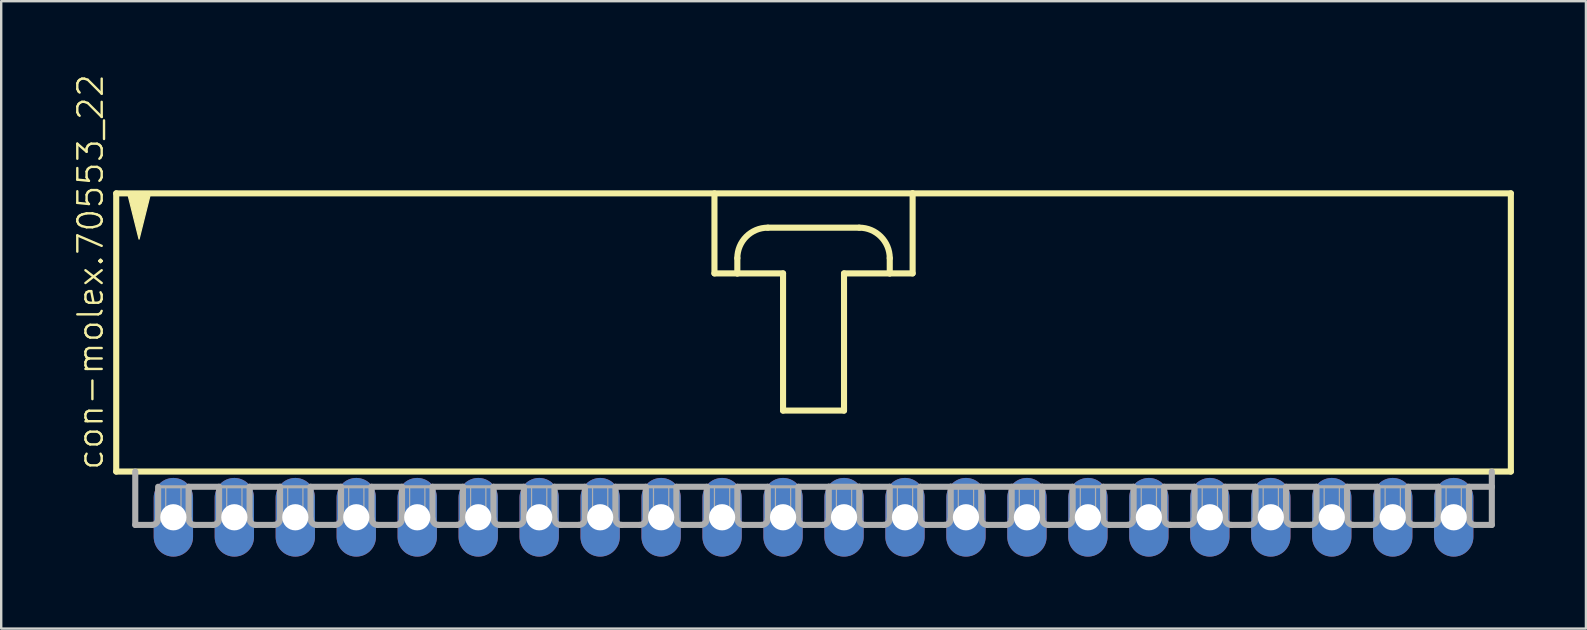
<source format=kicad_pcb>
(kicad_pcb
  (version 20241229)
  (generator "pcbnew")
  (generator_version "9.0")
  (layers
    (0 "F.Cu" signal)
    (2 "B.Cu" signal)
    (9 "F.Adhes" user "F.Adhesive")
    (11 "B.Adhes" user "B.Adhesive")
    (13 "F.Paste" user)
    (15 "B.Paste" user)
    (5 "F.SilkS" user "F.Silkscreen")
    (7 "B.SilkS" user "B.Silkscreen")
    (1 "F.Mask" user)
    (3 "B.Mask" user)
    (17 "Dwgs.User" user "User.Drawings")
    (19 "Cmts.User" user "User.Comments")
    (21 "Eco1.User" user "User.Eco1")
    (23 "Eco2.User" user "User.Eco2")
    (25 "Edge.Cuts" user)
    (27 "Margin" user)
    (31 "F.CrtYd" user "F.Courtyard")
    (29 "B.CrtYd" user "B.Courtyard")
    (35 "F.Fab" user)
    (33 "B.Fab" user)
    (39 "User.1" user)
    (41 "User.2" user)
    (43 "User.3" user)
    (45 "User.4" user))
  (footprint "con-molex.70553_22"
    (layer "F.Cu")
    (at 30.843 10.88)
    (property "Reference" "con-molex.70553_22" (at -29.527 5.715 90) (layer "F.SilkS") (effects (font (size 1.016 1.016) (thickness 0.1)) (justify left bottom)))
    (attr through_hole)
    (fp_line (start -29.051 -5.874) (end -29.051 5.715) (stroke (width 0.254) (type default)) (layer "F.SilkS"))
    (fp_line (start -29.051 5.715) (end 29.051 5.715) (stroke (width 0.254) (type default)) (layer "F.SilkS"))
    (fp_line (start -4.128 -5.874) (end -4.128 -2.54) (stroke (width 0.254) (type default)) (layer "F.SilkS"))
    (fp_line (start -4.128 -2.54) (end -3.175 -2.54) (stroke (width 0.254) (type default)) (layer "F.SilkS"))
    (fp_line (start -3.175 -2.54) (end -3.175 -3.175) (stroke (width 0.254) (type default)) (layer "F.SilkS"))
    (fp_line (start -3.175 -2.54) (end -1.27 -2.54) (stroke (width 0.254) (type default)) (layer "F.SilkS"))
    (fp_line (start -1.905 -4.445) (end 1.905 -4.445) (stroke (width 0.254) (type default)) (layer "F.SilkS"))
    (fp_line (start -1.27 -2.54) (end -1.27 3.175) (stroke (width 0.254) (type default)) (layer "F.SilkS"))
    (fp_line (start -1.27 3.175) (end 1.27 3.175) (stroke (width 0.254) (type default)) (layer "F.SilkS"))
    (fp_line (start 1.27 -2.54) (end 3.175 -2.54) (stroke (width 0.254) (type default)) (layer "F.SilkS"))
    (fp_line (start 1.27 3.175) (end 1.27 -2.54) (stroke (width 0.254) (type default)) (layer "F.SilkS"))
    (fp_line (start 3.175 -3.175) (end 3.175 -2.54) (stroke (width 0.254) (type default)) (layer "F.SilkS"))
    (fp_line (start 3.175 -2.54) (end 4.128 -2.54) (stroke (width 0.254) (type default)) (layer "F.SilkS"))
    (fp_line (start 4.128 -5.874) (end -29.051 -5.874) (stroke (width 0.254) (type default)) (layer "F.SilkS"))
    (fp_line (start 4.128 -2.54) (end 4.128 -5.874) (stroke (width 0.254) (type default)) (layer "F.SilkS"))
    (fp_line (start 29.051 -5.874) (end 4.128 -5.874) (stroke (width 0.254) (type default)) (layer "F.SilkS"))
    (fp_line (start 29.051 5.715) (end 29.051 -5.874) (stroke (width 0.254) (type default)) (layer "F.SilkS"))
    (fp_arc (start -3.175 -3.175) (mid -2.803026 -4.073026) (end -1.905 -4.445) (stroke (width 0.254) (type default)) (layer "F.SilkS"))
    (fp_arc (start 1.905 -4.445) (mid 2.803026 -4.073026) (end 3.175 -3.175) (stroke (width 0.254) (type default)) (layer "F.SilkS"))
    (fp_poly (pts (xy -28.575 -5.874) (xy -28.099 -3.969) (xy -27.622 -5.874)) (stroke (width 0.051) (type default)) (fill yes) (layer "F.SilkS"))
    (fp_line (start -28.258 5.715) (end -28.258 7.938) (stroke (width 0.254) (type default)) (layer "F.Fab"))
    (fp_line (start -27.559 7.938) (end -28.258 7.938) (stroke (width 0.254) (type default)) (layer "F.Fab"))
    (fp_line (start -27.305 6.35) (end -27.305 7.684) (stroke (width 0.254) (type default)) (layer "F.Fab"))
    (fp_line (start -27.305 6.35) (end -26.035 6.35) (stroke (width 0.127) (type default)) (layer "F.Fab"))
    (fp_line (start -26.035 6.35) (end -26.035 7.684) (stroke (width 0.254) (type default)) (layer "F.Fab"))
    (fp_line (start -26.035 6.35) (end -24.765 6.35) (stroke (width 0.254) (type default)) (layer "F.Fab"))
    (fp_line (start -25.019 7.938) (end -25.781 7.938) (stroke (width 0.254) (type default)) (layer "F.Fab"))
    (fp_line (start -24.765 6.35) (end -24.765 7.684) (stroke (width 0.254) (type default)) (layer "F.Fab"))
    (fp_line (start -24.765 6.35) (end -23.495 6.35) (stroke (width 0.127) (type default)) (layer "F.Fab"))
    (fp_line (start -23.495 6.35) (end -23.495 7.684) (stroke (width 0.254) (type default)) (layer "F.Fab"))
    (fp_line (start -23.495 6.35) (end -22.225 6.35) (stroke (width 0.254) (type default)) (layer "F.Fab"))
    (fp_line (start -22.479 7.938) (end -23.241 7.938) (stroke (width 0.254) (type default)) (layer "F.Fab"))
    (fp_line (start -22.225 6.35) (end -22.225 7.684) (stroke (width 0.254) (type default)) (layer "F.Fab"))
    (fp_line (start -22.225 6.35) (end -20.955 6.35) (stroke (width 0.127) (type default)) (layer "F.Fab"))
    (fp_line (start -20.955 6.35) (end -20.955 7.684) (stroke (width 0.254) (type default)) (layer "F.Fab"))
    (fp_line (start -20.955 6.35) (end -19.685 6.35) (stroke (width 0.254) (type default)) (layer "F.Fab"))
    (fp_line (start -19.939 7.938) (end -20.701 7.938) (stroke (width 0.254) (type default)) (layer "F.Fab"))
    (fp_line (start -19.685 6.35) (end -19.685 7.684) (stroke (width 0.254) (type default)) (layer "F.Fab"))
    (fp_line (start -19.685 6.35) (end -18.415 6.35) (stroke (width 0.127) (type default)) (layer "F.Fab"))
    (fp_line (start -18.415 6.35) (end -18.415 7.684) (stroke (width 0.254) (type default)) (layer "F.Fab"))
    (fp_line (start -18.415 6.35) (end -17.145 6.35) (stroke (width 0.254) (type default)) (layer "F.Fab"))
    (fp_line (start -17.399 7.938) (end -18.161 7.938) (stroke (width 0.254) (type default)) (layer "F.Fab"))
    (fp_line (start -17.145 6.35) (end -17.145 7.684) (stroke (width 0.254) (type default)) (layer "F.Fab"))
    (fp_line (start -17.145 6.35) (end -15.875 6.35) (stroke (width 0.127) (type default)) (layer "F.Fab"))
    (fp_line (start -15.875 6.35) (end -15.875 7.684) (stroke (width 0.254) (type default)) (layer "F.Fab"))
    (fp_line (start -15.875 6.35) (end -14.605 6.35) (stroke (width 0.254) (type default)) (layer "F.Fab"))
    (fp_line (start -14.859 7.938) (end -15.621 7.938) (stroke (width 0.254) (type default)) (layer "F.Fab"))
    (fp_line (start -14.605 6.35) (end -14.605 7.684) (stroke (width 0.254) (type default)) (layer "F.Fab"))
    (fp_line (start -14.605 6.35) (end -13.335 6.35) (stroke (width 0.127) (type default)) (layer "F.Fab"))
    (fp_line (start -13.335 6.35) (end -13.335 7.684) (stroke (width 0.254) (type default)) (layer "F.Fab"))
    (fp_line (start -13.335 6.35) (end -12.065 6.35) (stroke (width 0.254) (type default)) (layer "F.Fab"))
    (fp_line (start -12.319 7.938) (end -13.081 7.938) (stroke (width 0.254) (type default)) (layer "F.Fab"))
    (fp_line (start -12.065 6.35) (end -12.065 7.684) (stroke (width 0.254) (type default)) (layer "F.Fab"))
    (fp_line (start -12.065 6.35) (end -10.795 6.35) (stroke (width 0.127) (type default)) (layer "F.Fab"))
    (fp_line (start -10.795 6.35) (end -10.795 7.684) (stroke (width 0.254) (type default)) (layer "F.Fab"))
    (fp_line (start -10.795 6.35) (end -9.525 6.35) (stroke (width 0.254) (type default)) (layer "F.Fab"))
    (fp_line (start -9.779 7.938) (end -10.541 7.938) (stroke (width 0.254) (type default)) (layer "F.Fab"))
    (fp_line (start -9.525 6.35) (end -9.525 7.684) (stroke (width 0.254) (type default)) (layer "F.Fab"))
    (fp_line (start -9.525 6.35) (end -8.255 6.35) (stroke (width 0.127) (type default)) (layer "F.Fab"))
    (fp_line (start -8.255 6.35) (end -8.255 7.684) (stroke (width 0.254) (type default)) (layer "F.Fab"))
    (fp_line (start -8.255 6.35) (end -6.985 6.35) (stroke (width 0.254) (type default)) (layer "F.Fab"))
    (fp_line (start -7.239 7.938) (end -8.001 7.938) (stroke (width 0.254) (type default)) (layer "F.Fab"))
    (fp_line (start -6.985 6.35) (end -6.985 7.684) (stroke (width 0.254) (type default)) (layer "F.Fab"))
    (fp_line (start -6.985 6.35) (end -5.715 6.35) (stroke (width 0.127) (type default)) (layer "F.Fab"))
    (fp_line (start -5.715 6.35) (end -5.715 7.684) (stroke (width 0.254) (type default)) (layer "F.Fab"))
    (fp_line (start -5.715 6.35) (end -4.445 6.35) (stroke (width 0.254) (type default)) (layer "F.Fab"))
    (fp_line (start -4.699 7.938) (end -5.461 7.938) (stroke (width 0.254) (type default)) (layer "F.Fab"))
    (fp_line (start -4.445 6.35) (end -4.445 7.684) (stroke (width 0.254) (type default)) (layer "F.Fab"))
    (fp_line (start -4.445 6.35) (end -3.175 6.35) (stroke (width 0.127) (type default)) (layer "F.Fab"))
    (fp_line (start -3.175 6.35) (end -3.175 7.684) (stroke (width 0.254) (type default)) (layer "F.Fab"))
    (fp_line (start -3.175 6.35) (end -1.905 6.35) (stroke (width 0.254) (type default)) (layer "F.Fab"))
    (fp_line (start -2.159 7.938) (end -2.921 7.938) (stroke (width 0.254) (type default)) (layer "F.Fab"))
    (fp_line (start -1.905 6.35) (end -1.905 7.684) (stroke (width 0.254) (type default)) (layer "F.Fab"))
    (fp_line (start -1.905 6.35) (end -0.635 6.35) (stroke (width 0.127) (type default)) (layer "F.Fab"))
    (fp_line (start -0.635 6.35) (end -0.635 7.684) (stroke (width 0.254) (type default)) (layer "F.Fab"))
    (fp_line (start -0.635 6.35) (end 0.635 6.35) (stroke (width 0.254) (type default)) (layer "F.Fab"))
    (fp_line (start 0.381 7.938) (end -0.381 7.938) (stroke (width 0.254) (type default)) (layer "F.Fab"))
    (fp_line (start 0.635 6.35) (end 0.635 7.684) (stroke (width 0.254) (type default)) (layer "F.Fab"))
    (fp_line (start 0.635 6.35) (end 1.905 6.35) (stroke (width 0.254) (type default)) (layer "F.Fab"))
    (fp_line (start 1.905 6.35) (end 1.905 7.684) (stroke (width 0.254) (type default)) (layer "F.Fab"))
    (fp_line (start 1.905 6.35) (end 3.175 6.35) (stroke (width 0.254) (type default)) (layer "F.Fab"))
    (fp_line (start 2.921 7.938) (end 2.159 7.938) (stroke (width 0.254) (type default)) (layer "F.Fab"))
    (fp_line (start 3.175 6.35) (end 3.175 7.684) (stroke (width 0.254) (type default)) (layer "F.Fab"))
    (fp_line (start 3.175 6.35) (end 4.445 6.35) (stroke (width 0.127) (type default)) (layer "F.Fab"))
    (fp_line (start 4.445 6.35) (end 4.445 7.684) (stroke (width 0.254) (type default)) (layer "F.Fab"))
    (fp_line (start 4.445 6.35) (end 5.715 6.35) (stroke (width 0.254) (type default)) (layer "F.Fab"))
    (fp_line (start 5.461 7.938) (end 4.699 7.938) (stroke (width 0.254) (type default)) (layer "F.Fab"))
    (fp_line (start 5.715 6.35) (end 5.715 7.684) (stroke (width 0.254) (type default)) (layer "F.Fab"))
    (fp_line (start 5.715 6.35) (end 9.525 6.35) (stroke (width 0.254) (type default)) (layer "F.Fab"))
    (fp_line (start 6.985 6.35) (end 6.985 7.684) (stroke (width 0.254) (type default)) (layer "F.Fab"))
    (fp_line (start 8.001 7.938) (end 7.239 7.938) (stroke (width 0.254) (type default)) (layer "F.Fab"))
    (fp_line (start 8.255 6.35) (end 8.255 7.684) (stroke (width 0.254) (type default)) (layer "F.Fab"))
    (fp_line (start 9.525 6.35) (end 9.525 7.684) (stroke (width 0.254) (type default)) (layer "F.Fab"))
    (fp_line (start 9.525 6.35) (end 10.795 6.35) (stroke (width 0.254) (type default)) (layer "F.Fab"))
    (fp_line (start 9.779 7.938) (end 10.541 7.938) (stroke (width 0.254) (type default)) (layer "F.Fab"))
    (fp_line (start 10.795 6.35) (end 12.065 6.35) (stroke (width 0.127) (type default)) (layer "F.Fab"))
    (fp_line (start 10.795 7.684) (end 10.795 6.35) (stroke (width 0.254) (type default)) (layer "F.Fab"))
    (fp_line (start 12.065 6.35) (end 12.065 7.684) (stroke (width 0.254) (type default)) (layer "F.Fab"))
    (fp_line (start 12.065 6.35) (end 13.335 6.35) (stroke (width 0.254) (type default)) (layer "F.Fab"))
    (fp_line (start 12.319 7.938) (end 13.081 7.938) (stroke (width 0.254) (type default)) (layer "F.Fab"))
    (fp_line (start 13.335 6.35) (end 14.605 6.35) (stroke (width 0.127) (type default)) (layer "F.Fab"))
    (fp_line (start 13.335 7.684) (end 13.335 6.35) (stroke (width 0.254) (type default)) (layer "F.Fab"))
    (fp_line (start 14.605 6.35) (end 14.605 7.684) (stroke (width 0.254) (type default)) (layer "F.Fab"))
    (fp_line (start 14.605 6.35) (end 15.875 6.35) (stroke (width 0.254) (type default)) (layer "F.Fab"))
    (fp_line (start 14.859 7.938) (end 15.621 7.938) (stroke (width 0.254) (type default)) (layer "F.Fab"))
    (fp_line (start 15.875 6.35) (end 17.145 6.35) (stroke (width 0.127) (type default)) (layer "F.Fab"))
    (fp_line (start 15.875 7.684) (end 15.875 6.35) (stroke (width 0.254) (type default)) (layer "F.Fab"))
    (fp_line (start 17.145 6.35) (end 17.145 7.684) (stroke (width 0.254) (type default)) (layer "F.Fab"))
    (fp_line (start 17.145 6.35) (end 18.415 6.35) (stroke (width 0.254) (type default)) (layer "F.Fab"))
    (fp_line (start 17.399 7.938) (end 18.161 7.938) (stroke (width 0.254) (type default)) (layer "F.Fab"))
    (fp_line (start 18.415 6.35) (end 19.685 6.35) (stroke (width 0.127) (type default)) (layer "F.Fab"))
    (fp_line (start 18.415 7.684) (end 18.415 6.35) (stroke (width 0.254) (type default)) (layer "F.Fab"))
    (fp_line (start 19.685 6.35) (end 19.685 7.684) (stroke (width 0.254) (type default)) (layer "F.Fab"))
    (fp_line (start 19.685 6.35) (end 20.955 6.35) (stroke (width 0.254) (type default)) (layer "F.Fab"))
    (fp_line (start 19.939 7.938) (end 20.701 7.938) (stroke (width 0.254) (type default)) (layer "F.Fab"))
    (fp_line (start 20.955 6.35) (end 22.225 6.35) (stroke (width 0.127) (type default)) (layer "F.Fab"))
    (fp_line (start 20.955 7.684) (end 20.955 6.35) (stroke (width 0.254) (type default)) (layer "F.Fab"))
    (fp_line (start 22.225 6.35) (end 22.225 7.684) (stroke (width 0.254) (type default)) (layer "F.Fab"))
    (fp_line (start 22.225 6.35) (end 23.495 6.35) (stroke (width 0.254) (type default)) (layer "F.Fab"))
    (fp_line (start 22.479 7.938) (end 23.241 7.938) (stroke (width 0.254) (type default)) (layer "F.Fab"))
    (fp_line (start 23.495 6.35) (end 24.765 6.35) (stroke (width 0.127) (type default)) (layer "F.Fab"))
    (fp_line (start 23.495 7.684) (end 23.495 6.35) (stroke (width 0.254) (type default)) (layer "F.Fab"))
    (fp_line (start 24.765 6.35) (end 24.765 7.684) (stroke (width 0.254) (type default)) (layer "F.Fab"))
    (fp_line (start 24.765 6.35) (end 26.035 6.35) (stroke (width 0.254) (type default)) (layer "F.Fab"))
    (fp_line (start 25.019 7.938) (end 25.781 7.938) (stroke (width 0.254) (type default)) (layer "F.Fab"))
    (fp_line (start 26.035 6.35) (end 27.305 6.35) (stroke (width 0.127) (type default)) (layer "F.Fab"))
    (fp_line (start 26.035 7.684) (end 26.035 6.35) (stroke (width 0.254) (type default)) (layer "F.Fab"))
    (fp_line (start 27.305 6.35) (end 27.305 7.684) (stroke (width 0.254) (type default)) (layer "F.Fab"))
    (fp_line (start 27.305 6.35) (end 28.258 6.35) (stroke (width 0.254) (type default)) (layer "F.Fab"))
    (fp_line (start 27.559 7.938) (end 28.258 7.938) (stroke (width 0.254) (type default)) (layer "F.Fab"))
    (fp_line (start 28.258 6.35) (end 28.258 5.715) (stroke (width 0.254) (type default)) (layer "F.Fab"))
    (fp_line (start 28.258 7.938) (end 28.258 6.35) (stroke (width 0.254) (type default)) (layer "F.Fab"))
    (fp_rect (start -26.988 7.62) (end -26.352 6.35) (stroke (width 0.05) (type default)) (fill no) (layer "F.Fab"))
    (fp_rect (start -24.448 7.62) (end -23.812 6.35) (stroke (width 0.05) (type default)) (fill no) (layer "F.Fab"))
    (fp_rect (start -21.907 7.62) (end -21.273 6.35) (stroke (width 0.05) (type default)) (fill no) (layer "F.Fab"))
    (fp_rect (start -19.367 7.62) (end -18.733 6.35) (stroke (width 0.05) (type default)) (fill no) (layer "F.Fab"))
    (fp_rect (start -16.828 7.62) (end -16.192 6.35) (stroke (width 0.05) (type default)) (fill no) (layer "F.Fab"))
    (fp_rect (start -14.287 7.62) (end -13.652 6.35) (stroke (width 0.05) (type default)) (fill no) (layer "F.Fab"))
    (fp_rect (start -11.748 7.62) (end -11.113 6.35) (stroke (width 0.05) (type default)) (fill no) (layer "F.Fab"))
    (fp_rect (start -9.207 7.62) (end -8.572 6.35) (stroke (width 0.05) (type default)) (fill no) (layer "F.Fab"))
    (fp_rect (start -6.668 7.62) (end -6.032 6.35) (stroke (width 0.05) (type default)) (fill no) (layer "F.Fab"))
    (fp_rect (start -4.128 7.62) (end -3.493 6.35) (stroke (width 0.05) (type default)) (fill no) (layer "F.Fab"))
    (fp_rect (start -1.587 7.62) (end -0.953 6.35) (stroke (width 0.05) (type default)) (fill no) (layer "F.Fab"))
    (fp_rect (start 0.953 7.62) (end 1.587 6.35) (stroke (width 0.05) (type default)) (fill no) (layer "F.Fab"))
    (fp_rect (start 3.493 7.62) (end 4.128 6.35) (stroke (width 0.05) (type default)) (fill no) (layer "F.Fab"))
    (fp_rect (start 6.032 7.62) (end 6.668 6.35) (stroke (width 0.05) (type default)) (fill no) (layer "F.Fab"))
    (fp_rect (start 8.572 7.62) (end 9.207 6.35) (stroke (width 0.05) (type default)) (fill no) (layer "F.Fab"))
    (fp_rect (start 11.113 7.62) (end 11.748 6.35) (stroke (width 0.05) (type default)) (fill no) (layer "F.Fab"))
    (fp_rect (start 13.652 7.62) (end 14.287 6.35) (stroke (width 0.05) (type default)) (fill no) (layer "F.Fab"))
    (fp_rect (start 16.192 7.62) (end 16.828 6.35) (stroke (width 0.05) (type default)) (fill no) (layer "F.Fab"))
    (fp_rect (start 18.733 7.62) (end 19.367 6.35) (stroke (width 0.05) (type default)) (fill no) (layer "F.Fab"))
    (fp_rect (start 21.273 7.62) (end 21.907 6.35) (stroke (width 0.05) (type default)) (fill no) (layer "F.Fab"))
    (fp_rect (start 23.812 7.62) (end 24.448 6.35) (stroke (width 0.05) (type default)) (fill no) (layer "F.Fab"))
    (fp_rect (start 26.352 7.62) (end 26.988 6.35) (stroke (width 0.05) (type default)) (fill no) (layer "F.Fab"))
    (fp_arc (start -27.305 7.6835) (mid -27.379395 7.863105) (end -27.559 7.9375) (stroke (width 0.254) (type default)) (layer "F.Fab"))
    (fp_arc (start -25.781 7.9375) (mid -25.960605 7.863105) (end -26.035 7.6835) (stroke (width 0.254) (type default)) (layer "F.Fab"))
    (fp_arc (start -24.765 7.6835) (mid -24.839395 7.863105) (end -25.019 7.9375) (stroke (width 0.254) (type default)) (layer "F.Fab"))
    (fp_arc (start -23.241 7.9375) (mid -23.420605 7.863105) (end -23.495 7.6835) (stroke (width 0.254) (type default)) (layer "F.Fab"))
    (fp_arc (start -22.225 7.6835) (mid -22.299395 7.863105) (end -22.479 7.9375) (stroke (width 0.254) (type default)) (layer "F.Fab"))
    (fp_arc (start -20.701 7.9375) (mid -20.880605 7.863105) (end -20.955 7.6835) (stroke (width 0.254) (type default)) (layer "F.Fab"))
    (fp_arc (start -19.685 7.6835) (mid -19.759395 7.863105) (end -19.939 7.9375) (stroke (width 0.254) (type default)) (layer "F.Fab"))
    (fp_arc (start -18.161 7.9375) (mid -18.340605 7.863105) (end -18.415 7.6835) (stroke (width 0.254) (type default)) (layer "F.Fab"))
    (fp_arc (start -17.145 7.6835) (mid -17.219395 7.863105) (end -17.399 7.9375) (stroke (width 0.254) (type default)) (layer "F.Fab"))
    (fp_arc (start -15.621 7.9375) (mid -15.800605 7.863105) (end -15.875 7.6835) (stroke (width 0.254) (type default)) (layer "F.Fab"))
    (fp_arc (start -14.605 7.6835) (mid -14.679395 7.863105) (end -14.859 7.9375) (stroke (width 0.254) (type default)) (layer "F.Fab"))
    (fp_arc (start -13.081 7.9375) (mid -13.260605 7.863105) (end -13.335 7.6835) (stroke (width 0.254) (type default)) (layer "F.Fab"))
    (fp_arc (start -12.065 7.6835) (mid -12.139395 7.863105) (end -12.319 7.9375) (stroke (width 0.254) (type default)) (layer "F.Fab"))
    (fp_arc (start -10.541 7.9375) (mid -10.720605 7.863105) (end -10.795 7.6835) (stroke (width 0.254) (type default)) (layer "F.Fab"))
    (fp_arc (start -9.525 7.6835) (mid -9.599395 7.863105) (end -9.779 7.9375) (stroke (width 0.254) (type default)) (layer "F.Fab"))
    (fp_arc (start -8.001 7.9375) (mid -8.180605 7.863105) (end -8.255 7.6835) (stroke (width 0.254) (type default)) (layer "F.Fab"))
    (fp_arc (start -6.985 7.6835) (mid -7.059395 7.863105) (end -7.239 7.9375) (stroke (width 0.254) (type default)) (layer "F.Fab"))
    (fp_arc (start -5.461 7.9375) (mid -5.640605 7.863105) (end -5.715 7.6835) (stroke (width 0.254) (type default)) (layer "F.Fab"))
    (fp_arc (start -4.445 7.6835) (mid -4.519395 7.863105) (end -4.699 7.9375) (stroke (width 0.254) (type default)) (layer "F.Fab"))
    (fp_arc (start -2.921 7.9375) (mid -3.100605 7.863105) (end -3.175 7.6835) (stroke (width 0.254) (type default)) (layer "F.Fab"))
    (fp_arc (start -1.905 7.6835) (mid -1.979395 7.863105) (end -2.159 7.9375) (stroke (width 0.254) (type default)) (layer "F.Fab"))
    (fp_arc (start -0.381 7.9375) (mid -0.560605 7.863105) (end -0.635 7.6835) (stroke (width 0.254) (type default)) (layer "F.Fab"))
    (fp_arc (start 0.635 7.6835) (mid 0.560605 7.863105) (end 0.381 7.9375) (stroke (width 0.254) (type default)) (layer "F.Fab"))
    (fp_arc (start 2.159 7.9375) (mid 1.979395 7.863105) (end 1.905 7.6835) (stroke (width 0.254) (type default)) (layer "F.Fab"))
    (fp_arc (start 3.175 7.6835) (mid 3.100605 7.863105) (end 2.921 7.9375) (stroke (width 0.254) (type default)) (layer "F.Fab"))
    (fp_arc (start 4.699 7.9375) (mid 4.519395 7.863105) (end 4.445 7.6835) (stroke (width 0.254) (type default)) (layer "F.Fab"))
    (fp_arc (start 5.715 7.6835) (mid 5.640605 7.863105) (end 5.461 7.9375) (stroke (width 0.254) (type default)) (layer "F.Fab"))
    (fp_arc (start 7.239 7.9375) (mid 7.059395 7.863105) (end 6.985 7.6835) (stroke (width 0.254) (type default)) (layer "F.Fab"))
    (fp_arc (start 8.255 7.6835) (mid 8.180605 7.863105) (end 8.001 7.9375) (stroke (width 0.254) (type default)) (layer "F.Fab"))
    (fp_arc (start 9.779 7.9375) (mid 9.599395 7.863105) (end 9.525 7.6835) (stroke (width 0.254) (type default)) (layer "F.Fab"))
    (fp_arc (start 10.795 7.6835) (mid 10.720605 7.863105) (end 10.541 7.9375) (stroke (width 0.254) (type default)) (layer "F.Fab"))
    (fp_arc (start 12.319 7.9375) (mid 12.139395 7.863105) (end 12.065 7.6835) (stroke (width 0.254) (type default)) (layer "F.Fab"))
    (fp_arc (start 13.335 7.6835) (mid 13.260605 7.863105) (end 13.081 7.9375) (stroke (width 0.254) (type default)) (layer "F.Fab"))
    (fp_arc (start 14.859 7.9375) (mid 14.679395 7.863105) (end 14.605 7.6835) (stroke (width 0.254) (type default)) (layer "F.Fab"))
    (fp_arc (start 15.875 7.6835) (mid 15.800605 7.863105) (end 15.621 7.9375) (stroke (width 0.254) (type default)) (layer "F.Fab"))
    (fp_arc (start 17.399 7.9375) (mid 17.219395 7.863105) (end 17.145 7.6835) (stroke (width 0.254) (type default)) (layer "F.Fab"))
    (fp_arc (start 18.415 7.6835) (mid 18.340605 7.863105) (end 18.161 7.9375) (stroke (width 0.254) (type default)) (layer "F.Fab"))
    (fp_arc (start 19.939 7.9375) (mid 19.759395 7.863105) (end 19.685 7.6835) (stroke (width 0.254) (type default)) (layer "F.Fab"))
    (fp_arc (start 20.955 7.6835) (mid 20.880605 7.863105) (end 20.701 7.9375) (stroke (width 0.254) (type default)) (layer "F.Fab"))
    (fp_arc (start 22.479 7.9375) (mid 22.299395 7.863105) (end 22.225 7.6835) (stroke (width 0.254) (type default)) (layer "F.Fab"))
    (fp_arc (start 23.495 7.6835) (mid 23.420605 7.863105) (end 23.241 7.9375) (stroke (width 0.254) (type default)) (layer "F.Fab"))
    (fp_arc (start 25.019 7.9375) (mid 24.839395 7.863105) (end 24.765 7.6835) (stroke (width 0.254) (type default)) (layer "F.Fab"))
    (fp_arc (start 26.035 7.6835) (mid 25.960605 7.863105) (end 25.781 7.9375) (stroke (width 0.254) (type default)) (layer "F.Fab"))
    (fp_arc (start 27.559 7.9375) (mid 27.379395 7.863105) (end 27.305 7.6835) (stroke (width 0.254) (type default)) (layer "F.Fab"))
    (pad "1" thru_hole oval (at -26.67 7.62 90) (size 3.277 1.638) (drill 1.092) (layers "*.Cu" "*.Mask"))
    (pad "2" thru_hole oval (at -24.13 7.62 90) (size 3.277 1.638) (drill 1.092) (layers "*.Cu" "*.Mask"))
    (pad "3" thru_hole oval (at -21.59 7.62 90) (size 3.277 1.638) (drill 1.092) (layers "*.Cu" "*.Mask"))
    (pad "4" thru_hole oval (at -19.05 7.62 90) (size 3.277 1.638) (drill 1.092) (layers "*.Cu" "*.Mask"))
    (pad "5" thru_hole oval (at -16.51 7.62 90) (size 3.277 1.638) (drill 1.092) (layers "*.Cu" "*.Mask"))
    (pad "6" thru_hole oval (at -13.97 7.62 90) (size 3.277 1.638) (drill 1.092) (layers "*.Cu" "*.Mask"))
    (pad "7" thru_hole oval (at -11.43 7.62 90) (size 3.277 1.638) (drill 1.092) (layers "*.Cu" "*.Mask"))
    (pad "8" thru_hole oval (at -8.89 7.62 90) (size 3.277 1.638) (drill 1.092) (layers "*.Cu" "*.Mask"))
    (pad "9" thru_hole oval (at -6.35 7.62 90) (size 3.277 1.638) (drill 1.092) (layers "*.Cu" "*.Mask"))
    (pad "10" thru_hole oval (at -3.81 7.62 90) (size 3.277 1.638) (drill 1.092) (layers "*.Cu" "*.Mask"))
    (pad "11" thru_hole oval (at -1.27 7.62 90) (size 3.277 1.638) (drill 1.092) (layers "*.Cu" "*.Mask"))
    (pad "12" thru_hole oval (at 1.27 7.62 90) (size 3.277 1.638) (drill 1.092) (layers "*.Cu" "*.Mask"))
    (pad "13" thru_hole oval (at 3.81 7.62 90) (size 3.277 1.638) (drill 1.092) (layers "*.Cu" "*.Mask"))
    (pad "14" thru_hole oval (at 6.35 7.62 90) (size 3.277 1.638) (drill 1.092) (layers "*.Cu" "*.Mask"))
    (pad "15" thru_hole oval (at 8.89 7.62 90) (size 3.277 1.638) (drill 1.092) (layers "*.Cu" "*.Mask"))
    (pad "16" thru_hole oval (at 11.43 7.62 90) (size 3.277 1.638) (drill 1.092) (layers "*.Cu" "*.Mask"))
    (pad "17" thru_hole oval (at 13.97 7.62 90) (size 3.277 1.638) (drill 1.092) (layers "*.Cu" "*.Mask"))
    (pad "18" thru_hole oval (at 16.51 7.62 90) (size 3.277 1.638) (drill 1.092) (layers "*.Cu" "*.Mask"))
    (pad "19" thru_hole oval (at 19.05 7.62 90) (size 3.277 1.638) (drill 1.092) (layers "*.Cu" "*.Mask"))
    (pad "20" thru_hole oval (at 21.59 7.62 90) (size 3.277 1.638) (drill 1.092) (layers "*.Cu" "*.Mask"))
    (pad "21" thru_hole oval (at 24.13 7.62 90) (size 3.277 1.638) (drill 1.092) (layers "*.Cu" "*.Mask"))
    (pad "22" thru_hole oval (at 26.67 7.62 90) (size 3.277 1.638) (drill 1.092) (layers "*.Cu" "*.Mask")))
  (gr_rect
    (start -3 -3)
    (end 63.022 23.138)
    (stroke (width 0.1) (type default))
    (fill no)
    (layer "Edge.Cuts")))
</source>
